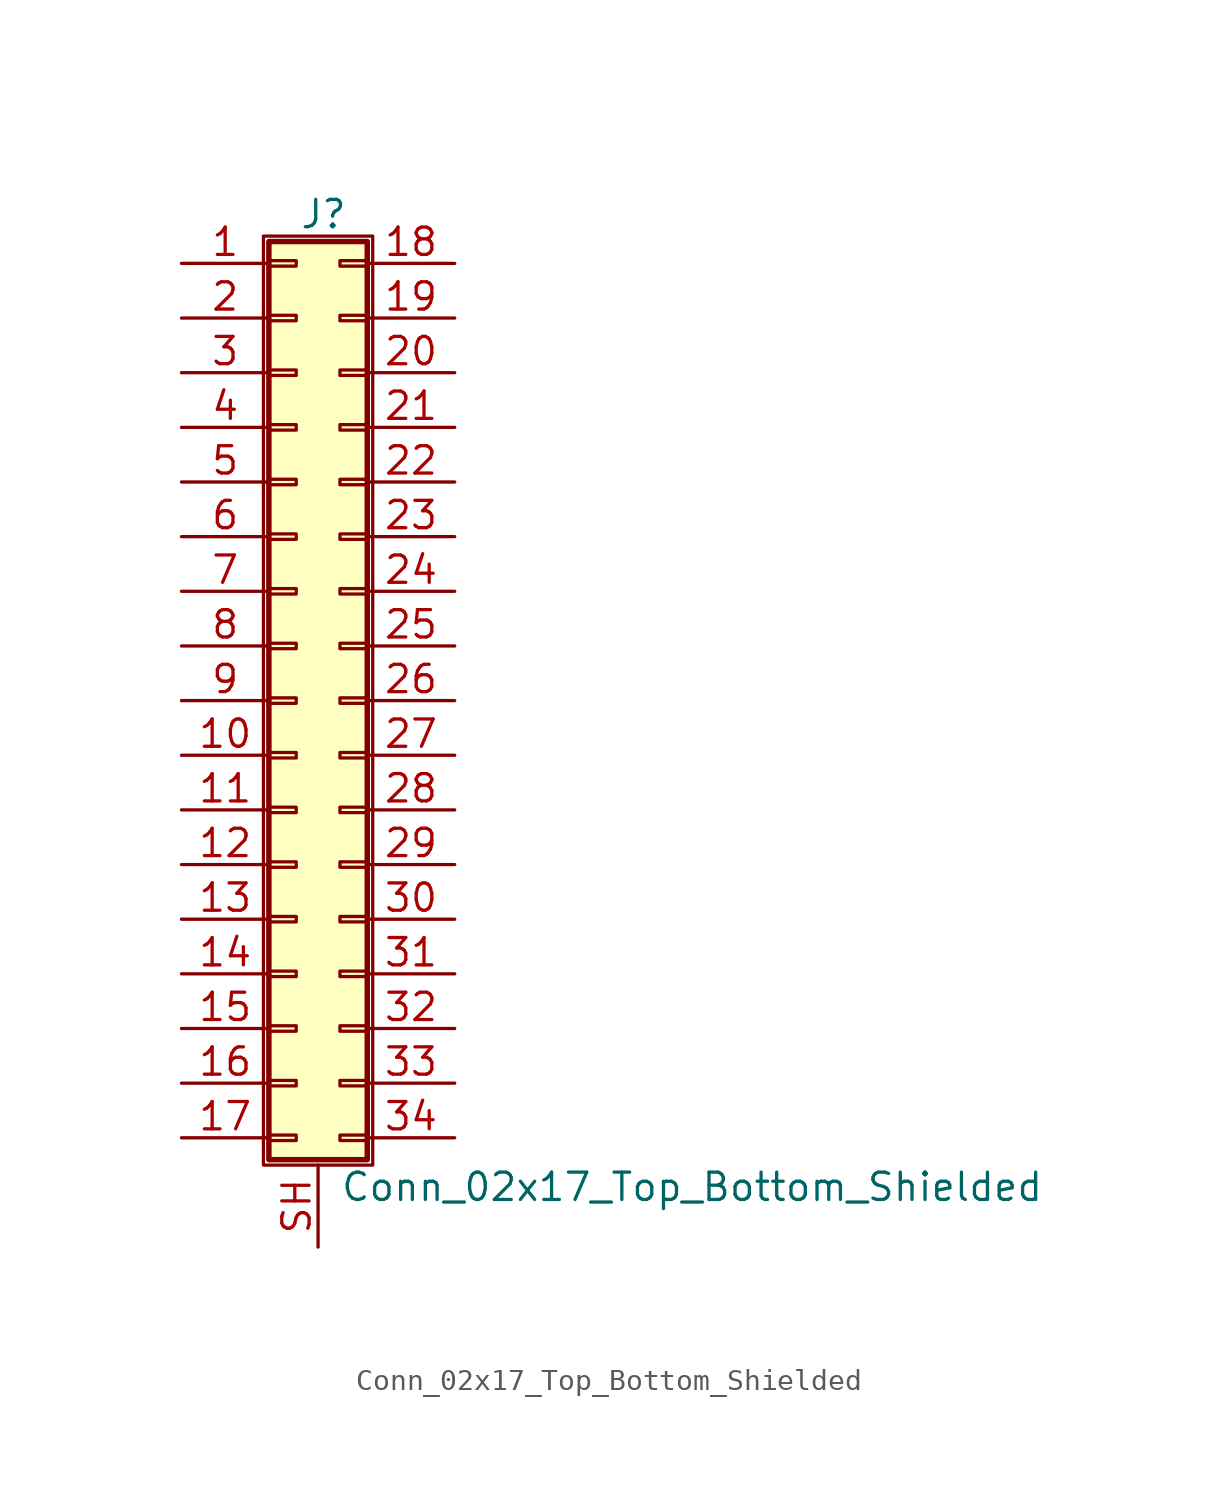
<source format=kicad_sym>
(kicad_symbol_lib
  (version 20211014)
  (generator kicad_symbol_editor)
  (symbol "Conn_02x17_Top_Bottom_Shielded"
    (pin_names
      (offset 1.016) hide)
    (property "Reference" "J"
      (at 1.524 22.606 0)
      (effects (font (size 1.27 1.27))))
    (property "Value" "Conn_02x17_Top_Bottom_Shielded"
      (at 2.286 -22.606 0)
      (effects (font (size 1.27 1.27)) (justify left)))
    (symbol "Conn_02x17_Top_Bottom_Shielded_1_1"
      (rectangle (start -1.27 21.59) (end 3.81 -21.59) (stroke (width 0.152) (type default) (color 0 0 0 0)) (fill (type none)))
      (rectangle (start -1.016 -20.193) (end 0.254 -20.447) (stroke (width 0.152) (type default) (color 0 0 0 0)) (fill (type none)))
      (rectangle (start -1.016 -17.653) (end 0.254 -17.907) (stroke (width 0.152) (type default) (color 0 0 0 0)) (fill (type none)))
      (rectangle (start -1.016 -15.113) (end 0.254 -15.367) (stroke (width 0.152) (type default) (color 0 0 0 0)) (fill (type none)))
      (rectangle (start -1.016 -12.573) (end 0.254 -12.827) (stroke (width 0.152) (type default) (color 0 0 0 0)) (fill (type none)))
      (rectangle (start -1.016 -10.033) (end 0.254 -10.287) (stroke (width 0.152) (type default) (color 0 0 0 0)) (fill (type none)))
      (rectangle (start -1.016 -7.493) (end 0.254 -7.747) (stroke (width 0.152) (type default) (color 0 0 0 0)) (fill (type none)))
      (rectangle (start -1.016 -4.953) (end 0.254 -5.207) (stroke (width 0.152) (type default) (color 0 0 0 0)) (fill (type none)))
      (rectangle (start -1.016 -2.413) (end 0.254 -2.667) (stroke (width 0.152) (type default) (color 0 0 0 0)) (fill (type none)))
      (rectangle (start -1.016 0.127) (end 0.254 -0.127) (stroke (width 0.152) (type default) (color 0 0 0 0)) (fill (type none)))
      (rectangle (start -1.016 2.667) (end 0.254 2.413) (stroke (width 0.152) (type default) (color 0 0 0 0)) (fill (type none)))
      (rectangle (start -1.016 5.207) (end 0.254 4.953) (stroke (width 0.152) (type default) (color 0 0 0 0)) (fill (type none)))
      (rectangle (start -1.016 7.747) (end 0.254 7.493) (stroke (width 0.152) (type default) (color 0 0 0 0)) (fill (type none)))
      (rectangle (start -1.016 10.287) (end 0.254 10.033) (stroke (width 0.152) (type default) (color 0 0 0 0)) (fill (type none)))
      (rectangle (start -1.016 12.827) (end 0.254 12.573) (stroke (width 0.152) (type default) (color 0 0 0 0)) (fill (type none)))
      (rectangle (start -1.016 15.367) (end 0.254 15.113) (stroke (width 0.152) (type default) (color 0 0 0 0)) (fill (type none)))
      (rectangle (start -1.016 17.907) (end 0.254 17.653) (stroke (width 0.152) (type default) (color 0 0 0 0)) (fill (type none)))
      (rectangle (start -1.016 20.447) (end 0.254 20.193) (stroke (width 0.152) (type default) (color 0 0 0 0)) (fill (type none)))
      (rectangle (start -1.016 21.336) (end 3.556 -21.336) (stroke (width 0.254) (type default) (color 0 0 0 0)) (fill (type background)))
      (rectangle (start 3.556 -20.193) (end 2.286 -20.447) (stroke (width 0.152) (type default) (color 0 0 0 0)) (fill (type none)))
      (rectangle (start 3.556 -17.653) (end 2.286 -17.907) (stroke (width 0.152) (type default) (color 0 0 0 0)) (fill (type none)))
      (rectangle (start 3.556 -15.113) (end 2.286 -15.367) (stroke (width 0.152) (type default) (color 0 0 0 0)) (fill (type none)))
      (rectangle (start 3.556 -12.573) (end 2.286 -12.827) (stroke (width 0.152) (type default) (color 0 0 0 0)) (fill (type none)))
      (rectangle (start 3.556 -10.033) (end 2.286 -10.287) (stroke (width 0.152) (type default) (color 0 0 0 0)) (fill (type none)))
      (rectangle (start 3.556 -7.493) (end 2.286 -7.747) (stroke (width 0.152) (type default) (color 0 0 0 0)) (fill (type none)))
      (rectangle (start 3.556 -4.953) (end 2.286 -5.207) (stroke (width 0.152) (type default) (color 0 0 0 0)) (fill (type none)))
      (rectangle (start 3.556 -2.413) (end 2.286 -2.667) (stroke (width 0.152) (type default) (color 0 0 0 0)) (fill (type none)))
      (rectangle (start 3.556 0.127) (end 2.286 -0.127) (stroke (width 0.152) (type default) (color 0 0 0 0)) (fill (type none)))
      (rectangle (start 3.556 2.667) (end 2.286 2.413) (stroke (width 0.152) (type default) (color 0 0 0 0)) (fill (type none)))
      (rectangle (start 3.556 5.207) (end 2.286 4.953) (stroke (width 0.152) (type default) (color 0 0 0 0)) (fill (type none)))
      (rectangle (start 3.556 7.747) (end 2.286 7.493) (stroke (width 0.152) (type default) (color 0 0 0 0)) (fill (type none)))
      (rectangle (start 3.556 10.287) (end 2.286 10.033) (stroke (width 0.152) (type default) (color 0 0 0 0)) (fill (type none)))
      (rectangle (start 3.556 12.827) (end 2.286 12.573) (stroke (width 0.152) (type default) (color 0 0 0 0)) (fill (type none)))
      (rectangle (start 3.556 15.367) (end 2.286 15.113) (stroke (width 0.152) (type default) (color 0 0 0 0)) (fill (type none)))
      (rectangle (start 3.556 17.907) (end 2.286 17.653) (stroke (width 0.152) (type default) (color 0 0 0 0)) (fill (type none)))
      (rectangle (start 3.556 20.447) (end 2.286 20.193) (stroke (width 0.152) (type default) (color 0 0 0 0)) (fill (type none)))
      (pin passive line (at -5.08 20.32 0) (length 4.064) (name "Pin_1" (effects (font (size 1.27 1.27)))) (number "1" (effects (font (size 1.27 1.27)))))
      (pin passive line (at -5.08 -2.54 0) (length 4.064) (name "Pin_10" (effects (font (size 1.27 1.27)))) (number "10" (effects (font (size 1.27 1.27)))))
      (pin passive line (at -5.08 -5.08 0) (length 4.064) (name "Pin_11" (effects (font (size 1.27 1.27)))) (number "11" (effects (font (size 1.27 1.27)))))
      (pin passive line (at -5.08 -7.62 0) (length 4.064) (name "Pin_12" (effects (font (size 1.27 1.27)))) (number "12" (effects (font (size 1.27 1.27)))))
      (pin passive line (at -5.08 -10.16 0) (length 4.064) (name "Pin_13" (effects (font (size 1.27 1.27)))) (number "13" (effects (font (size 1.27 1.27)))))
      (pin passive line (at -5.08 -12.7 0) (length 4.064) (name "Pin_14" (effects (font (size 1.27 1.27)))) (number "14" (effects (font (size 1.27 1.27)))))
      (pin passive line (at -5.08 -15.24 0) (length 4.064) (name "Pin_15" (effects (font (size 1.27 1.27)))) (number "15" (effects (font (size 1.27 1.27)))))
      (pin passive line (at -5.08 -17.78 0) (length 4.064) (name "Pin_16" (effects (font (size 1.27 1.27)))) (number "16" (effects (font (size 1.27 1.27)))))
      (pin passive line (at -5.08 -20.32 0) (length 4.064) (name "Pin_17" (effects (font (size 1.27 1.27)))) (number "17" (effects (font (size 1.27 1.27)))))
      (pin passive line (at 7.62 20.32 180) (length 4.064) (name "Pin_18" (effects (font (size 1.27 1.27)))) (number "18" (effects (font (size 1.27 1.27)))))
      (pin passive line (at 7.62 17.78 180) (length 4.064) (name "Pin_19" (effects (font (size 1.27 1.27)))) (number "19" (effects (font (size 1.27 1.27)))))
      (pin passive line (at -5.08 17.78 0) (length 4.064) (name "Pin_2" (effects (font (size 1.27 1.27)))) (number "2" (effects (font (size 1.27 1.27)))))
      (pin passive line (at 7.62 15.24 180) (length 4.064) (name "Pin_20" (effects (font (size 1.27 1.27)))) (number "20" (effects (font (size 1.27 1.27)))))
      (pin passive line (at 7.62 12.7 180) (length 4.064) (name "Pin_21" (effects (font (size 1.27 1.27)))) (number "21" (effects (font (size 1.27 1.27)))))
      (pin passive line (at 7.62 10.16 180) (length 4.064) (name "Pin_22" (effects (font (size 1.27 1.27)))) (number "22" (effects (font (size 1.27 1.27)))))
      (pin passive line (at 7.62 7.62 180) (length 4.064) (name "Pin_23" (effects (font (size 1.27 1.27)))) (number "23" (effects (font (size 1.27 1.27)))))
      (pin passive line (at 7.62 5.08 180) (length 4.064) (name "Pin_24" (effects (font (size 1.27 1.27)))) (number "24" (effects (font (size 1.27 1.27)))))
      (pin passive line (at 7.62 2.54 180) (length 4.064) (name "Pin_25" (effects (font (size 1.27 1.27)))) (number "25" (effects (font (size 1.27 1.27)))))
      (pin passive line (at 7.62 0 180) (length 4.064) (name "Pin_26" (effects (font (size 1.27 1.27)))) (number "26" (effects (font (size 1.27 1.27)))))
      (pin passive line (at 7.62 -2.54 180) (length 4.064) (name "Pin_27" (effects (font (size 1.27 1.27)))) (number "27" (effects (font (size 1.27 1.27)))))
      (pin passive line (at 7.62 -5.08 180) (length 4.064) (name "Pin_28" (effects (font (size 1.27 1.27)))) (number "28" (effects (font (size 1.27 1.27)))))
      (pin passive line (at 7.62 -7.62 180) (length 4.064) (name "Pin_29" (effects (font (size 1.27 1.27)))) (number "29" (effects (font (size 1.27 1.27)))))
      (pin passive line (at -5.08 15.24 0) (length 4.064) (name "Pin_3" (effects (font (size 1.27 1.27)))) (number "3" (effects (font (size 1.27 1.27)))))
      (pin passive line (at 7.62 -10.16 180) (length 4.064) (name "Pin_30" (effects (font (size 1.27 1.27)))) (number "30" (effects (font (size 1.27 1.27)))))
      (pin passive line (at 7.62 -12.7 180) (length 4.064) (name "Pin_31" (effects (font (size 1.27 1.27)))) (number "31" (effects (font (size 1.27 1.27)))))
      (pin passive line (at 7.62 -15.24 180) (length 4.064) (name "Pin_32" (effects (font (size 1.27 1.27)))) (number "32" (effects (font (size 1.27 1.27)))))
      (pin passive line (at 7.62 -17.78 180) (length 4.064) (name "Pin_33" (effects (font (size 1.27 1.27)))) (number "33" (effects (font (size 1.27 1.27)))))
      (pin passive line (at 7.62 -20.32 180) (length 4.064) (name "Pin_34" (effects (font (size 1.27 1.27)))) (number "34" (effects (font (size 1.27 1.27)))))
      (pin passive line (at -5.08 12.7 0) (length 4.064) (name "Pin_4" (effects (font (size 1.27 1.27)))) (number "4" (effects (font (size 1.27 1.27)))))
      (pin passive line (at -5.08 10.16 0) (length 4.064) (name "Pin_5" (effects (font (size 1.27 1.27)))) (number "5" (effects (font (size 1.27 1.27)))))
      (pin passive line (at -5.08 7.62 0) (length 4.064) (name "Pin_6" (effects (font (size 1.27 1.27)))) (number "6" (effects (font (size 1.27 1.27)))))
      (pin passive line (at -5.08 5.08 0) (length 4.064) (name "Pin_7" (effects (font (size 1.27 1.27)))) (number "7" (effects (font (size 1.27 1.27)))))
      (pin passive line (at -5.08 2.54 0) (length 4.064) (name "Pin_8" (effects (font (size 1.27 1.27)))) (number "8" (effects (font (size 1.27 1.27)))))
      (pin passive line (at -5.08 0 0) (length 4.064) (name "Pin_9" (effects (font (size 1.27 1.27)))) (number "9" (effects (font (size 1.27 1.27)))))
      (pin passive line (at 1.27 -25.4 90) (length 3.81) (name "Shield" (effects (font (size 1.27 1.27)))) (number "SH" (effects (font (size 1.27 1.27))))))))
</source>
